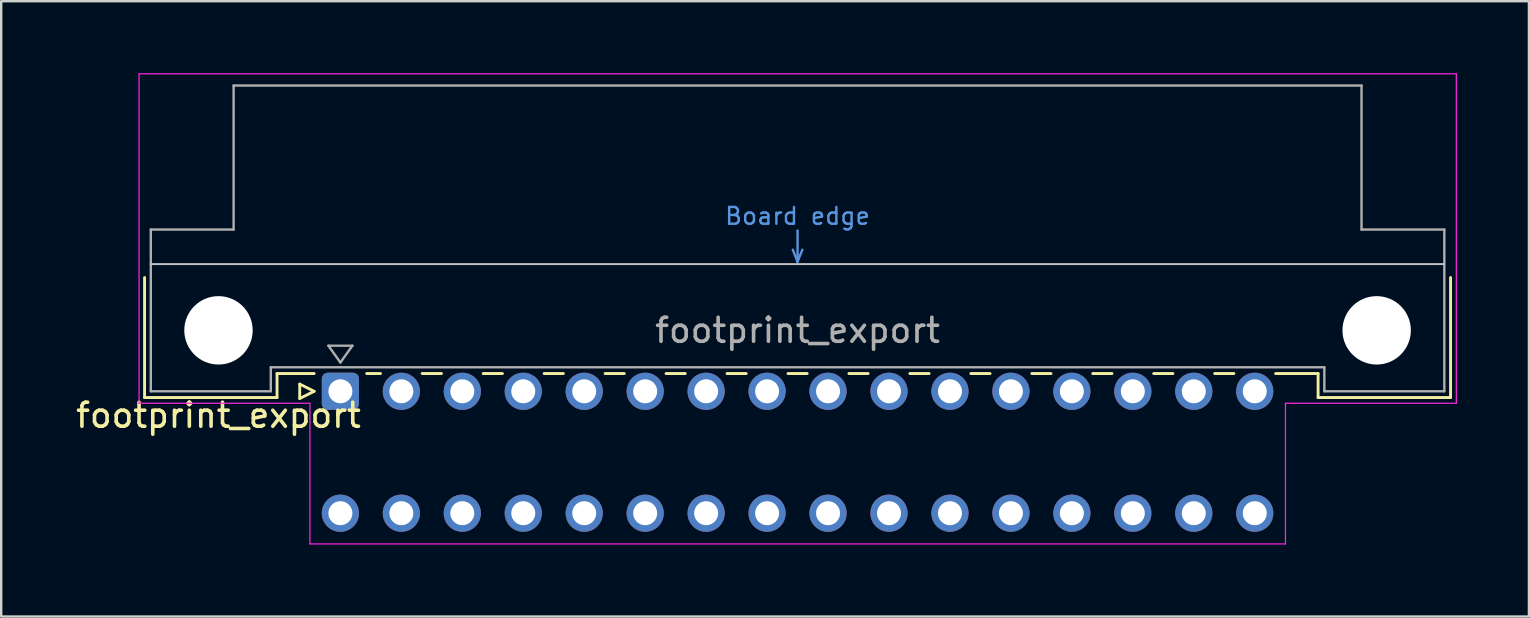
<source format=kicad_pcb>
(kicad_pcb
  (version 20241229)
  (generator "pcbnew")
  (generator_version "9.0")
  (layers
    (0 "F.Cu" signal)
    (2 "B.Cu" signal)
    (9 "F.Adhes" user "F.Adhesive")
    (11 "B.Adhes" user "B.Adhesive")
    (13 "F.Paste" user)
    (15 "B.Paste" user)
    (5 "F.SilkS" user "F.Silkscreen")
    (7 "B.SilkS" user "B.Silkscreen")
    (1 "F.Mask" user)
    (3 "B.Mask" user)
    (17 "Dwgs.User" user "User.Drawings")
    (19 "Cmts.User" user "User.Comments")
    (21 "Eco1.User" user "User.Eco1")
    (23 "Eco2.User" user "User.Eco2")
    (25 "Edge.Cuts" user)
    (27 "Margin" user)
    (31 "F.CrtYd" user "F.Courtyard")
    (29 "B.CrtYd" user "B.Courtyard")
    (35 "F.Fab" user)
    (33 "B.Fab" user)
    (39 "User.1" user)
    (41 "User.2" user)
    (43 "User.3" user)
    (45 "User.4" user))
  (footprint "footprint_export"
    (layer "F.Cu")
    (at 11.134 13.255)
    (property "Reference" "footprint_export" (at -5.08 1 0) (layer "F.SilkS") (effects (font (size 1 1) (thickness 0.15))))
    (attr through_hole)
    (fp_line (start -8.16 -4.74) (end -8.16 0.26) (stroke (width 0.12) (type solid)) (layer "F.SilkS"))
    (fp_line (start -8.16 0.26) (end -2.64 0.26) (stroke (width 0.12) (type solid)) (layer "F.SilkS"))
    (fp_line (start -2.64 -0.74) (end -1.095 -0.74) (stroke (width 0.12) (type solid)) (layer "F.SilkS"))
    (fp_line (start -2.64 0.26) (end -2.64 -0.74) (stroke (width 0.12) (type solid)) (layer "F.SilkS"))
    (fp_line (start -1.695 -0.3) (end -1.695 0.3) (stroke (width 0.12) (type solid)) (layer "F.SilkS"))
    (fp_line (start -1.695 0.3) (end -1.095 0) (stroke (width 0.12) (type solid)) (layer "F.SilkS"))
    (fp_line (start -1.095 0) (end -1.695 -0.3) (stroke (width 0.12) (type solid)) (layer "F.SilkS"))
    (fp_line (start 1.095 -0.74) (end 1.671 -0.74) (stroke (width 0.12) (type solid)) (layer "F.SilkS"))
    (fp_line (start 3.41 -0.74) (end 4.211 -0.74) (stroke (width 0.12) (type solid)) (layer "F.SilkS"))
    (fp_line (start 5.95 -0.74) (end 6.751 -0.74) (stroke (width 0.12) (type solid)) (layer "F.SilkS"))
    (fp_line (start 8.49 -0.74) (end 9.291 -0.74) (stroke (width 0.12) (type solid)) (layer "F.SilkS"))
    (fp_line (start 11.03 -0.74) (end 11.831 -0.74) (stroke (width 0.12) (type solid)) (layer "F.SilkS"))
    (fp_line (start 13.57 -0.74) (end 14.371 -0.74) (stroke (width 0.12) (type solid)) (layer "F.SilkS"))
    (fp_line (start 16.11 -0.74) (end 16.911 -0.74) (stroke (width 0.12) (type solid)) (layer "F.SilkS"))
    (fp_line (start 18.65 -0.74) (end 19.451 -0.74) (stroke (width 0.12) (type solid)) (layer "F.SilkS"))
    (fp_line (start 21.19 -0.74) (end 21.991 -0.74) (stroke (width 0.12) (type solid)) (layer "F.SilkS"))
    (fp_line (start 23.73 -0.74) (end 24.531 -0.74) (stroke (width 0.12) (type solid)) (layer "F.SilkS"))
    (fp_line (start 26.27 -0.74) (end 27.071 -0.74) (stroke (width 0.12) (type solid)) (layer "F.SilkS"))
    (fp_line (start 28.81 -0.74) (end 29.611 -0.74) (stroke (width 0.12) (type solid)) (layer "F.SilkS"))
    (fp_line (start 31.35 -0.74) (end 32.151 -0.74) (stroke (width 0.12) (type solid)) (layer "F.SilkS"))
    (fp_line (start 33.89 -0.74) (end 34.691 -0.74) (stroke (width 0.12) (type solid)) (layer "F.SilkS"))
    (fp_line (start 36.43 -0.74) (end 37.231 -0.74) (stroke (width 0.12) (type solid)) (layer "F.SilkS"))
    (fp_line (start 38.97 -0.74) (end 40.74 -0.74) (stroke (width 0.12) (type solid)) (layer "F.SilkS"))
    (fp_line (start 40.74 0.26) (end 40.74 -0.74) (stroke (width 0.12) (type solid)) (layer "F.SilkS"))
    (fp_line (start 46.26 -4.74) (end 46.26 0.26) (stroke (width 0.12) (type solid)) (layer "F.SilkS"))
    (fp_line (start 46.26 0.26) (end 40.74 0.26) (stroke (width 0.12) (type solid)) (layer "F.SilkS"))
    (fp_line (start -7.9 -5.3) (end 46 -5.3) (stroke (width 0.08) (type solid)) (layer "Dwgs.User"))
    (fp_line (start 18.85 -5.9) (end 19.05 -5.4) (stroke (width 0.1) (type solid)) (layer "Cmts.User"))
    (fp_line (start 19.05 -5.4) (end 19.05 -6.7) (stroke (width 0.1) (type solid)) (layer "Cmts.User"))
    (fp_line (start 19.05 -5.4) (end 19.25 -5.9) (stroke (width 0.1) (type solid)) (layer "Cmts.User"))
    (fp_line (start -8.39 -13.23) (end -8.39 0.5) (stroke (width 0.05) (type solid)) (layer "F.CrtYd"))
    (fp_line (start -8.39 0.5) (end -1.27 0.5) (stroke (width 0.05) (type solid)) (layer "F.CrtYd"))
    (fp_line (start -1.27 0.5) (end -1.27 6.36) (stroke (width 0.05) (type solid)) (layer "F.CrtYd"))
    (fp_line (start -1.27 6.36) (end 39.38 6.36) (stroke (width 0.05) (type solid)) (layer "F.CrtYd"))
    (fp_line (start 39.38 0.5) (end 46.5 0.5) (stroke (width 0.05) (type solid)) (layer "F.CrtYd"))
    (fp_line (start 39.38 6.36) (end 39.38 0.5) (stroke (width 0.05) (type solid)) (layer "F.CrtYd"))
    (fp_line (start 46.5 -13.23) (end -8.39 -13.23) (stroke (width 0.05) (type solid)) (layer "F.CrtYd"))
    (fp_line (start 46.5 0.5) (end 46.5 -13.23) (stroke (width 0.05) (type solid)) (layer "F.CrtYd"))
    (fp_line (start -7.9 -6.74) (end -7.9 0) (stroke (width 0.1) (type solid)) (layer "F.Fab"))
    (fp_line (start -7.9 0) (end -2.9 0) (stroke (width 0.1) (type solid)) (layer "F.Fab"))
    (fp_line (start -4.45 -12.74) (end -4.45 -6.74) (stroke (width 0.1) (type solid)) (layer "F.Fab"))
    (fp_line (start -4.45 -6.74) (end -7.9 -6.74) (stroke (width 0.1) (type solid)) (layer "F.Fab"))
    (fp_line (start -2.9 -1) (end 41 -1) (stroke (width 0.1) (type solid)) (layer "F.Fab"))
    (fp_line (start -2.9 0) (end -2.9 -1) (stroke (width 0.1) (type solid)) (layer "F.Fab"))
    (fp_line (start -0.5 -1.9) (end 0.5 -1.9) (stroke (width 0.1) (type solid)) (layer "F.Fab"))
    (fp_line (start 0 -1.2) (end -0.5 -1.9) (stroke (width 0.1) (type solid)) (layer "F.Fab"))
    (fp_line (start 0.5 -1.9) (end 0 -1.2) (stroke (width 0.1) (type solid)) (layer "F.Fab"))
    (fp_line (start 41 -1) (end 41 0) (stroke (width 0.1) (type solid)) (layer "F.Fab"))
    (fp_line (start 41 0) (end 46 0) (stroke (width 0.1) (type solid)) (layer "F.Fab"))
    (fp_line (start 42.55 -12.74) (end -4.45 -12.74) (stroke (width 0.1) (type solid)) (layer "F.Fab"))
    (fp_line (start 42.55 -6.74) (end 42.55 -12.74) (stroke (width 0.1) (type solid)) (layer "F.Fab"))
    (fp_line (start 46 -6.74) (end 42.55 -6.74) (stroke (width 0.1) (type solid)) (layer "F.Fab"))
    (fp_line (start 46 0) (end 46 -6.74) (stroke (width 0.1) (type solid)) (layer "F.Fab"))
    (fp_text user "Board edge" (at 19.05 -7.3 0) (layer "Cmts.User") (effects (font (size 0.7 0.7) (thickness 0.1))))
    (fp_text user "${REFERENCE}" (at 19.05 -2.54 0) (layer "F.Fab") (effects (font (size 1 1) (thickness 0.15))))
    (pad "" np_thru_hole circle (at -5.08 -2.54) (size 2.85 2.85) (drill 2.85) (layers "*.Cu" "*.Mask"))
    (pad "" np_thru_hole circle (at 43.18 -2.54) (size 2.85 2.85) (drill 2.85) (layers "*.Cu" "*.Mask"))
    (pad "a1" thru_hole roundrect (at 0 0) (size 1.55 1.55) (drill 1) (layers "*.Cu" "*.Mask") (roundrect_rratio 0.161))
    (pad "a2" thru_hole circle (at 2.54 0) (size 1.55 1.55) (drill 1) (layers "*.Cu" "*.Mask"))
    (pad "a3" thru_hole circle (at 5.08 0) (size 1.55 1.55) (drill 1) (layers "*.Cu" "*.Mask"))
    (pad "a4" thru_hole circle (at 7.62 0) (size 1.55 1.55) (drill 1) (layers "*.Cu" "*.Mask"))
    (pad "a5" thru_hole circle (at 10.16 0) (size 1.55 1.55) (drill 1) (layers "*.Cu" "*.Mask"))
    (pad "a6" thru_hole circle (at 12.7 0) (size 1.55 1.55) (drill 1) (layers "*.Cu" "*.Mask"))
    (pad "a7" thru_hole circle (at 15.24 0) (size 1.55 1.55) (drill 1) (layers "*.Cu" "*.Mask"))
    (pad "a8" thru_hole circle (at 17.78 0) (size 1.55 1.55) (drill 1) (layers "*.Cu" "*.Mask"))
    (pad "a9" thru_hole circle (at 20.32 0) (size 1.55 1.55) (drill 1) (layers "*.Cu" "*.Mask"))
    (pad "a10" thru_hole circle (at 22.86 0) (size 1.55 1.55) (drill 1) (layers "*.Cu" "*.Mask"))
    (pad "a11" thru_hole circle (at 25.4 0) (size 1.55 1.55) (drill 1) (layers "*.Cu" "*.Mask"))
    (pad "a12" thru_hole circle (at 27.94 0) (size 1.55 1.55) (drill 1) (layers "*.Cu" "*.Mask"))
    (pad "a13" thru_hole circle (at 30.48 0) (size 1.55 1.55) (drill 1) (layers "*.Cu" "*.Mask"))
    (pad "a14" thru_hole circle (at 33.02 0) (size 1.55 1.55) (drill 1) (layers "*.Cu" "*.Mask"))
    (pad "a15" thru_hole circle (at 35.56 0) (size 1.55 1.55) (drill 1) (layers "*.Cu" "*.Mask"))
    (pad "a16" thru_hole circle (at 38.1 0) (size 1.55 1.55) (drill 1) (layers "*.Cu" "*.Mask"))
    (pad "c1" thru_hole circle (at 0 5.08) (size 1.55 1.55) (drill 1) (layers "*.Cu" "*.Mask"))
    (pad "c2" thru_hole circle (at 2.54 5.08) (size 1.55 1.55) (drill 1) (layers "*.Cu" "*.Mask"))
    (pad "c3" thru_hole circle (at 5.08 5.08) (size 1.55 1.55) (drill 1) (layers "*.Cu" "*.Mask"))
    (pad "c4" thru_hole circle (at 7.62 5.08) (size 1.55 1.55) (drill 1) (layers "*.Cu" "*.Mask"))
    (pad "c5" thru_hole circle (at 10.16 5.08) (size 1.55 1.55) (drill 1) (layers "*.Cu" "*.Mask"))
    (pad "c6" thru_hole circle (at 12.7 5.08) (size 1.55 1.55) (drill 1) (layers "*.Cu" "*.Mask"))
    (pad "c7" thru_hole circle (at 15.24 5.08) (size 1.55 1.55) (drill 1) (layers "*.Cu" "*.Mask"))
    (pad "c8" thru_hole circle (at 17.78 5.08) (size 1.55 1.55) (drill 1) (layers "*.Cu" "*.Mask"))
    (pad "c9" thru_hole circle (at 20.32 5.08) (size 1.55 1.55) (drill 1) (layers "*.Cu" "*.Mask"))
    (pad "c10" thru_hole circle (at 22.86 5.08) (size 1.55 1.55) (drill 1) (layers "*.Cu" "*.Mask"))
    (pad "c11" thru_hole circle (at 25.4 5.08) (size 1.55 1.55) (drill 1) (layers "*.Cu" "*.Mask"))
    (pad "c12" thru_hole circle (at 27.94 5.08) (size 1.55 1.55) (drill 1) (layers "*.Cu" "*.Mask"))
    (pad "c13" thru_hole circle (at 30.48 5.08) (size 1.55 1.55) (drill 1) (layers "*.Cu" "*.Mask"))
    (pad "c14" thru_hole circle (at 33.02 5.08) (size 1.55 1.55) (drill 1) (layers "*.Cu" "*.Mask"))
    (pad "c15" thru_hole circle (at 35.56 5.08) (size 1.55 1.55) (drill 1) (layers "*.Cu" "*.Mask"))
    (pad "c16" thru_hole circle (at 38.1 5.08) (size 1.55 1.55) (drill 1) (layers "*.Cu" "*.Mask")))
  (gr_rect
    (start -3 -3)
    (end 60.659 22.64)
    (stroke (width 0.1) (type default))
    (fill no)
    (layer "Edge.Cuts")))
</source>
